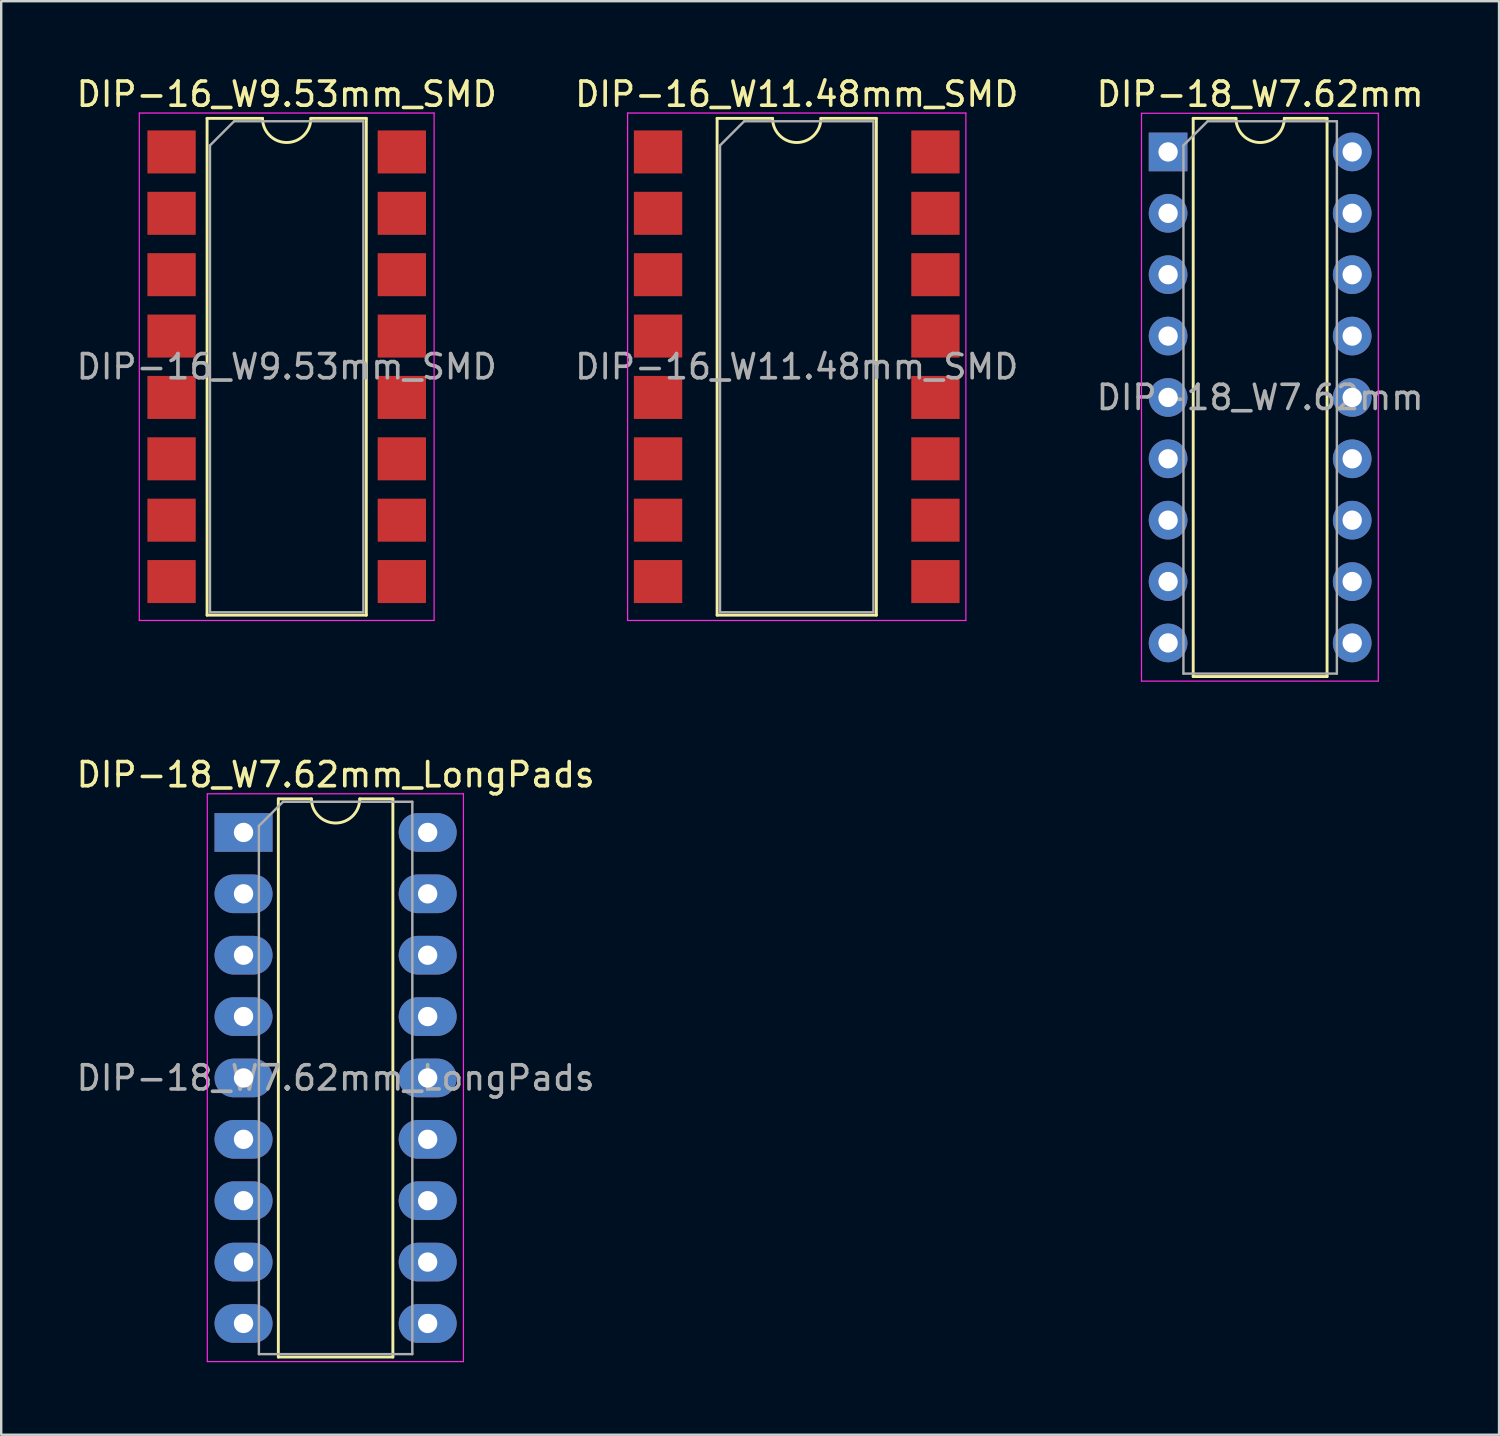
<source format=kicad_pcb>
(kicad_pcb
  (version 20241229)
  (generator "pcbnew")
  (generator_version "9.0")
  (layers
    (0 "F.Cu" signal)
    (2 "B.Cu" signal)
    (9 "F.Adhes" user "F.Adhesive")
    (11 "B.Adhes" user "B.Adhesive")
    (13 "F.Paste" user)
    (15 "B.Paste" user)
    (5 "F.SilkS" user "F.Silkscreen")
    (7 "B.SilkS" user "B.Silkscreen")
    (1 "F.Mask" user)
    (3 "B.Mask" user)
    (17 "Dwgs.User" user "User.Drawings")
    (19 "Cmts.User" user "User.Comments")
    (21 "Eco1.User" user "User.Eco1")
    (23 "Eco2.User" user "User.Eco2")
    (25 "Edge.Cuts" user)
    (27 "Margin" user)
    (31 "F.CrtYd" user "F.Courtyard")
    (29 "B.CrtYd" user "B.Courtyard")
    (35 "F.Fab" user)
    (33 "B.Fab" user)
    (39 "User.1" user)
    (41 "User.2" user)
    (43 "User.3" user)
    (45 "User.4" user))
  (footprint "DIP-16_W11.48mm_SMD"
    (layer "F.Cu")
    (at 29.923 12.128)
    (property "Reference" "DIP-16_W11.48mm_SMD" (at 0 -11.28 0) (layer "F.SilkS") (effects (font (size 1 1) (thickness 0.15))))
    (attr smd)
    (fp_line (start -3.295 -10.28) (end -3.295 10.28) (stroke (width 0.12) (type solid)) (layer "F.SilkS"))
    (fp_line (start -3.295 10.28) (end 3.295 10.28) (stroke (width 0.12) (type solid)) (layer "F.SilkS"))
    (fp_line (start -1 -10.28) (end -3.295 -10.28) (stroke (width 0.12) (type solid)) (layer "F.SilkS"))
    (fp_line (start 3.295 -10.28) (end 1 -10.28) (stroke (width 0.12) (type solid)) (layer "F.SilkS"))
    (fp_line (start 3.295 10.28) (end 3.295 -10.28) (stroke (width 0.12) (type solid)) (layer "F.SilkS"))
    (fp_arc (start 1 -10.28) (mid 0 -9.28) (end -1 -10.28) (stroke (width 0.12) (type solid)) (layer "F.SilkS"))
    (fp_line (start -7 -10.5) (end -7 10.5) (stroke (width 0.05) (type solid)) (layer "F.CrtYd"))
    (fp_line (start -7 10.5) (end 7 10.5) (stroke (width 0.05) (type solid)) (layer "F.CrtYd"))
    (fp_line (start 7 -10.5) (end -7 -10.5) (stroke (width 0.05) (type solid)) (layer "F.CrtYd"))
    (fp_line (start 7 10.5) (end 7 -10.5) (stroke (width 0.05) (type solid)) (layer "F.CrtYd"))
    (fp_line (start -3.175 -9.16) (end -2.175 -10.16) (stroke (width 0.1) (type solid)) (layer "F.Fab"))
    (fp_line (start -3.175 10.16) (end -3.175 -9.16) (stroke (width 0.1) (type solid)) (layer "F.Fab"))
    (fp_line (start -2.175 -10.16) (end 3.175 -10.16) (stroke (width 0.1) (type solid)) (layer "F.Fab"))
    (fp_line (start 3.175 -10.16) (end 3.175 10.16) (stroke (width 0.1) (type solid)) (layer "F.Fab"))
    (fp_line (start 3.175 10.16) (end -3.175 10.16) (stroke (width 0.1) (type solid)) (layer "F.Fab"))
    (fp_text user "${REFERENCE}" (at 0 0 0) (layer "F.Fab") (effects (font (size 1 1) (thickness 0.15))))
    (pad "1" smd rect (at -5.74 -8.89) (size 2 1.78) (layers "F.Cu" "F.Mask" "F.Paste"))
    (pad "2" smd rect (at -5.74 -6.35) (size 2 1.78) (layers "F.Cu" "F.Mask" "F.Paste"))
    (pad "3" smd rect (at -5.74 -3.81) (size 2 1.78) (layers "F.Cu" "F.Mask" "F.Paste"))
    (pad "4" smd rect (at -5.74 -1.27) (size 2 1.78) (layers "F.Cu" "F.Mask" "F.Paste"))
    (pad "5" smd rect (at -5.74 1.27) (size 2 1.78) (layers "F.Cu" "F.Mask" "F.Paste"))
    (pad "6" smd rect (at -5.74 3.81) (size 2 1.78) (layers "F.Cu" "F.Mask" "F.Paste"))
    (pad "7" smd rect (at -5.74 6.35) (size 2 1.78) (layers "F.Cu" "F.Mask" "F.Paste"))
    (pad "8" smd rect (at -5.74 8.89) (size 2 1.78) (layers "F.Cu" "F.Mask" "F.Paste"))
    (pad "9" smd rect (at 5.74 8.89) (size 2 1.78) (layers "F.Cu" "F.Mask" "F.Paste"))
    (pad "10" smd rect (at 5.74 6.35) (size 2 1.78) (layers "F.Cu" "F.Mask" "F.Paste"))
    (pad "11" smd rect (at 5.74 3.81) (size 2 1.78) (layers "F.Cu" "F.Mask" "F.Paste"))
    (pad "12" smd rect (at 5.74 1.27) (size 2 1.78) (layers "F.Cu" "F.Mask" "F.Paste"))
    (pad "13" smd rect (at 5.74 -1.27) (size 2 1.78) (layers "F.Cu" "F.Mask" "F.Paste"))
    (pad "14" smd rect (at 5.74 -3.81) (size 2 1.78) (layers "F.Cu" "F.Mask" "F.Paste"))
    (pad "15" smd rect (at 5.74 -6.35) (size 2 1.78) (layers "F.Cu" "F.Mask" "F.Paste"))
    (pad "16" smd rect (at 5.74 -8.89) (size 2 1.78) (layers "F.Cu" "F.Mask" "F.Paste")))
  (footprint "DIP-18_W7.62mm_LongPads"
    (layer "F.Cu")
    (at 7.029 31.401)
    (property "Reference" "DIP-18_W7.62mm_LongPads" (at 3.81 -2.39 0) (layer "F.SilkS") (effects (font (size 1 1) (thickness 0.15))))
    (attr through_hole)
    (fp_line (start 1.44 -1.39) (end 1.44 21.71) (stroke (width 0.12) (type solid)) (layer "F.SilkS"))
    (fp_line (start 1.44 21.71) (end 6.18 21.71) (stroke (width 0.12) (type solid)) (layer "F.SilkS"))
    (fp_line (start 2.81 -1.39) (end 1.44 -1.39) (stroke (width 0.12) (type solid)) (layer "F.SilkS"))
    (fp_line (start 6.18 -1.39) (end 4.81 -1.39) (stroke (width 0.12) (type solid)) (layer "F.SilkS"))
    (fp_line (start 6.18 21.71) (end 6.18 -1.39) (stroke (width 0.12) (type solid)) (layer "F.SilkS"))
    (fp_arc (start 4.81 -1.39) (mid 3.81 -0.39) (end 2.81 -1.39) (stroke (width 0.12) (type solid)) (layer "F.SilkS"))
    (fp_line (start -1.5 -1.6) (end -1.5 21.9) (stroke (width 0.05) (type solid)) (layer "F.CrtYd"))
    (fp_line (start -1.5 21.9) (end 9.1 21.9) (stroke (width 0.05) (type solid)) (layer "F.CrtYd"))
    (fp_line (start 9.1 -1.6) (end -1.5 -1.6) (stroke (width 0.05) (type solid)) (layer "F.CrtYd"))
    (fp_line (start 9.1 21.9) (end 9.1 -1.6) (stroke (width 0.05) (type solid)) (layer "F.CrtYd"))
    (fp_line (start 0.635 -0.27) (end 1.635 -1.27) (stroke (width 0.1) (type solid)) (layer "F.Fab"))
    (fp_line (start 0.635 21.59) (end 0.635 -0.27) (stroke (width 0.1) (type solid)) (layer "F.Fab"))
    (fp_line (start 1.635 -1.27) (end 6.985 -1.27) (stroke (width 0.1) (type solid)) (layer "F.Fab"))
    (fp_line (start 6.985 -1.27) (end 6.985 21.59) (stroke (width 0.1) (type solid)) (layer "F.Fab"))
    (fp_line (start 6.985 21.59) (end 0.635 21.59) (stroke (width 0.1) (type solid)) (layer "F.Fab"))
    (fp_text user "${REFERENCE}" (at 3.81 10.16 0) (layer "F.Fab") (effects (font (size 1 1) (thickness 0.15))))
    (pad "1" thru_hole rect (at 0 0) (size 2.4 1.6) (drill 0.8) (layers "*.Cu" "*.Mask"))
    (pad "2" thru_hole oval (at 0 2.54) (size 2.4 1.6) (drill 0.8) (layers "*.Cu" "*.Mask"))
    (pad "3" thru_hole oval (at 0 5.08) (size 2.4 1.6) (drill 0.8) (layers "*.Cu" "*.Mask"))
    (pad "4" thru_hole oval (at 0 7.62) (size 2.4 1.6) (drill 0.8) (layers "*.Cu" "*.Mask"))
    (pad "5" thru_hole oval (at 0 10.16) (size 2.4 1.6) (drill 0.8) (layers "*.Cu" "*.Mask"))
    (pad "6" thru_hole oval (at 0 12.7) (size 2.4 1.6) (drill 0.8) (layers "*.Cu" "*.Mask"))
    (pad "7" thru_hole oval (at 0 15.24) (size 2.4 1.6) (drill 0.8) (layers "*.Cu" "*.Mask"))
    (pad "8" thru_hole oval (at 0 17.78) (size 2.4 1.6) (drill 0.8) (layers "*.Cu" "*.Mask"))
    (pad "9" thru_hole oval (at 0 20.32) (size 2.4 1.6) (drill 0.8) (layers "*.Cu" "*.Mask"))
    (pad "10" thru_hole oval (at 7.62 20.32) (size 2.4 1.6) (drill 0.8) (layers "*.Cu" "*.Mask"))
    (pad "11" thru_hole oval (at 7.62 17.78) (size 2.4 1.6) (drill 0.8) (layers "*.Cu" "*.Mask"))
    (pad "12" thru_hole oval (at 7.62 15.24) (size 2.4 1.6) (drill 0.8) (layers "*.Cu" "*.Mask"))
    (pad "13" thru_hole oval (at 7.62 12.7) (size 2.4 1.6) (drill 0.8) (layers "*.Cu" "*.Mask"))
    (pad "14" thru_hole oval (at 7.62 10.16) (size 2.4 1.6) (drill 0.8) (layers "*.Cu" "*.Mask"))
    (pad "15" thru_hole oval (at 7.62 7.62) (size 2.4 1.6) (drill 0.8) (layers "*.Cu" "*.Mask"))
    (pad "16" thru_hole oval (at 7.62 5.08) (size 2.4 1.6) (drill 0.8) (layers "*.Cu" "*.Mask"))
    (pad "17" thru_hole oval (at 7.62 2.54) (size 2.4 1.6) (drill 0.8) (layers "*.Cu" "*.Mask"))
    (pad "18" thru_hole oval (at 7.62 0) (size 2.4 1.6) (drill 0.8) (layers "*.Cu" "*.Mask")))
  (footprint "DIP-18_W7.62mm"
    (layer "F.Cu")
    (at 45.291 3.238)
    (property "Reference" "DIP-18_W7.62mm" (at 3.81 -2.39 0) (layer "F.SilkS") (effects (font (size 1 1) (thickness 0.15))))
    (attr through_hole)
    (fp_line (start 1.04 -1.39) (end 1.04 21.71) (stroke (width 0.12) (type solid)) (layer "F.SilkS"))
    (fp_line (start 1.04 21.71) (end 6.58 21.71) (stroke (width 0.12) (type solid)) (layer "F.SilkS"))
    (fp_line (start 2.81 -1.39) (end 1.04 -1.39) (stroke (width 0.12) (type solid)) (layer "F.SilkS"))
    (fp_line (start 6.58 -1.39) (end 4.81 -1.39) (stroke (width 0.12) (type solid)) (layer "F.SilkS"))
    (fp_line (start 6.58 21.71) (end 6.58 -1.39) (stroke (width 0.12) (type solid)) (layer "F.SilkS"))
    (fp_arc (start 4.81 -1.39) (mid 3.81 -0.39) (end 2.81 -1.39) (stroke (width 0.12) (type solid)) (layer "F.SilkS"))
    (fp_line (start -1.1 -1.6) (end -1.1 21.9) (stroke (width 0.05) (type solid)) (layer "F.CrtYd"))
    (fp_line (start -1.1 21.9) (end 8.7 21.9) (stroke (width 0.05) (type solid)) (layer "F.CrtYd"))
    (fp_line (start 8.7 -1.6) (end -1.1 -1.6) (stroke (width 0.05) (type solid)) (layer "F.CrtYd"))
    (fp_line (start 8.7 21.9) (end 8.7 -1.6) (stroke (width 0.05) (type solid)) (layer "F.CrtYd"))
    (fp_line (start 0.635 -0.27) (end 1.635 -1.27) (stroke (width 0.1) (type solid)) (layer "F.Fab"))
    (fp_line (start 0.635 21.59) (end 0.635 -0.27) (stroke (width 0.1) (type solid)) (layer "F.Fab"))
    (fp_line (start 1.635 -1.27) (end 6.985 -1.27) (stroke (width 0.1) (type solid)) (layer "F.Fab"))
    (fp_line (start 6.985 -1.27) (end 6.985 21.59) (stroke (width 0.1) (type solid)) (layer "F.Fab"))
    (fp_line (start 6.985 21.59) (end 0.635 21.59) (stroke (width 0.1) (type solid)) (layer "F.Fab"))
    (fp_text user "${REFERENCE}" (at 3.81 10.16 0) (layer "F.Fab") (effects (font (size 1 1) (thickness 0.15))))
    (pad "1" thru_hole rect (at 0 0) (size 1.6 1.6) (drill 0.8) (layers "*.Cu" "*.Mask"))
    (pad "2" thru_hole oval (at 0 2.54) (size 1.6 1.6) (drill 0.8) (layers "*.Cu" "*.Mask"))
    (pad "3" thru_hole oval (at 0 5.08) (size 1.6 1.6) (drill 0.8) (layers "*.Cu" "*.Mask"))
    (pad "4" thru_hole oval (at 0 7.62) (size 1.6 1.6) (drill 0.8) (layers "*.Cu" "*.Mask"))
    (pad "5" thru_hole oval (at 0 10.16) (size 1.6 1.6) (drill 0.8) (layers "*.Cu" "*.Mask"))
    (pad "6" thru_hole oval (at 0 12.7) (size 1.6 1.6) (drill 0.8) (layers "*.Cu" "*.Mask"))
    (pad "7" thru_hole oval (at 0 15.24) (size 1.6 1.6) (drill 0.8) (layers "*.Cu" "*.Mask"))
    (pad "8" thru_hole oval (at 0 17.78) (size 1.6 1.6) (drill 0.8) (layers "*.Cu" "*.Mask"))
    (pad "9" thru_hole oval (at 0 20.32) (size 1.6 1.6) (drill 0.8) (layers "*.Cu" "*.Mask"))
    (pad "10" thru_hole oval (at 7.62 20.32) (size 1.6 1.6) (drill 0.8) (layers "*.Cu" "*.Mask"))
    (pad "11" thru_hole oval (at 7.62 17.78) (size 1.6 1.6) (drill 0.8) (layers "*.Cu" "*.Mask"))
    (pad "12" thru_hole oval (at 7.62 15.24) (size 1.6 1.6) (drill 0.8) (layers "*.Cu" "*.Mask"))
    (pad "13" thru_hole oval (at 7.62 12.7) (size 1.6 1.6) (drill 0.8) (layers "*.Cu" "*.Mask"))
    (pad "14" thru_hole oval (at 7.62 10.16) (size 1.6 1.6) (drill 0.8) (layers "*.Cu" "*.Mask"))
    (pad "15" thru_hole oval (at 7.62 7.62) (size 1.6 1.6) (drill 0.8) (layers "*.Cu" "*.Mask"))
    (pad "16" thru_hole oval (at 7.62 5.08) (size 1.6 1.6) (drill 0.8) (layers "*.Cu" "*.Mask"))
    (pad "17" thru_hole oval (at 7.62 2.54) (size 1.6 1.6) (drill 0.8) (layers "*.Cu" "*.Mask"))
    (pad "18" thru_hole oval (at 7.62 0) (size 1.6 1.6) (drill 0.8) (layers "*.Cu" "*.Mask")))
  (footprint "DIP-16_W9.53mm_SMD"
    (layer "F.Cu")
    (at 8.815 12.128)
    (property "Reference" "DIP-16_W9.53mm_SMD" (at 0 -11.28 0) (layer "F.SilkS") (effects (font (size 1 1) (thickness 0.15))))
    (attr smd)
    (fp_line (start -3.295 -10.28) (end -3.295 10.28) (stroke (width 0.12) (type solid)) (layer "F.SilkS"))
    (fp_line (start -3.295 10.28) (end 3.295 10.28) (stroke (width 0.12) (type solid)) (layer "F.SilkS"))
    (fp_line (start -1 -10.28) (end -3.295 -10.28) (stroke (width 0.12) (type solid)) (layer "F.SilkS"))
    (fp_line (start 3.295 -10.28) (end 1 -10.28) (stroke (width 0.12) (type solid)) (layer "F.SilkS"))
    (fp_line (start 3.295 10.28) (end 3.295 -10.28) (stroke (width 0.12) (type solid)) (layer "F.SilkS"))
    (fp_arc (start 1 -10.28) (mid 0 -9.28) (end -1 -10.28) (stroke (width 0.12) (type solid)) (layer "F.SilkS"))
    (fp_line (start -6.1 -10.5) (end -6.1 10.5) (stroke (width 0.05) (type solid)) (layer "F.CrtYd"))
    (fp_line (start -6.1 10.5) (end 6.1 10.5) (stroke (width 0.05) (type solid)) (layer "F.CrtYd"))
    (fp_line (start 6.1 -10.5) (end -6.1 -10.5) (stroke (width 0.05) (type solid)) (layer "F.CrtYd"))
    (fp_line (start 6.1 10.5) (end 6.1 -10.5) (stroke (width 0.05) (type solid)) (layer "F.CrtYd"))
    (fp_line (start -3.175 -9.16) (end -2.175 -10.16) (stroke (width 0.1) (type solid)) (layer "F.Fab"))
    (fp_line (start -3.175 10.16) (end -3.175 -9.16) (stroke (width 0.1) (type solid)) (layer "F.Fab"))
    (fp_line (start -2.175 -10.16) (end 3.175 -10.16) (stroke (width 0.1) (type solid)) (layer "F.Fab"))
    (fp_line (start 3.175 -10.16) (end 3.175 10.16) (stroke (width 0.1) (type solid)) (layer "F.Fab"))
    (fp_line (start 3.175 10.16) (end -3.175 10.16) (stroke (width 0.1) (type solid)) (layer "F.Fab"))
    (fp_text user "${REFERENCE}" (at 0 0 0) (layer "F.Fab") (effects (font (size 1 1) (thickness 0.15))))
    (pad "1" smd rect (at -4.765 -8.89) (size 2 1.78) (layers "F.Cu" "F.Mask" "F.Paste"))
    (pad "2" smd rect (at -4.765 -6.35) (size 2 1.78) (layers "F.Cu" "F.Mask" "F.Paste"))
    (pad "3" smd rect (at -4.765 -3.81) (size 2 1.78) (layers "F.Cu" "F.Mask" "F.Paste"))
    (pad "4" smd rect (at -4.765 -1.27) (size 2 1.78) (layers "F.Cu" "F.Mask" "F.Paste"))
    (pad "5" smd rect (at -4.765 1.27) (size 2 1.78) (layers "F.Cu" "F.Mask" "F.Paste"))
    (pad "6" smd rect (at -4.765 3.81) (size 2 1.78) (layers "F.Cu" "F.Mask" "F.Paste"))
    (pad "7" smd rect (at -4.765 6.35) (size 2 1.78) (layers "F.Cu" "F.Mask" "F.Paste"))
    (pad "8" smd rect (at -4.765 8.89) (size 2 1.78) (layers "F.Cu" "F.Mask" "F.Paste"))
    (pad "9" smd rect (at 4.765 8.89) (size 2 1.78) (layers "F.Cu" "F.Mask" "F.Paste"))
    (pad "10" smd rect (at 4.765 6.35) (size 2 1.78) (layers "F.Cu" "F.Mask" "F.Paste"))
    (pad "11" smd rect (at 4.765 3.81) (size 2 1.78) (layers "F.Cu" "F.Mask" "F.Paste"))
    (pad "12" smd rect (at 4.765 1.27) (size 2 1.78) (layers "F.Cu" "F.Mask" "F.Paste"))
    (pad "13" smd rect (at 4.765 -1.27) (size 2 1.78) (layers "F.Cu" "F.Mask" "F.Paste"))
    (pad "14" smd rect (at 4.765 -3.81) (size 2 1.78) (layers "F.Cu" "F.Mask" "F.Paste"))
    (pad "15" smd rect (at 4.765 -6.35) (size 2 1.78) (layers "F.Cu" "F.Mask" "F.Paste"))
    (pad "16" smd rect (at 4.765 -8.89) (size 2 1.78) (layers "F.Cu" "F.Mask" "F.Paste")))
  (gr_rect
    (start -3 -3)
    (end 58.988 56.327)
    (stroke (width 0.1) (type default))
    (fill no)
    (layer "Edge.Cuts")))
</source>
